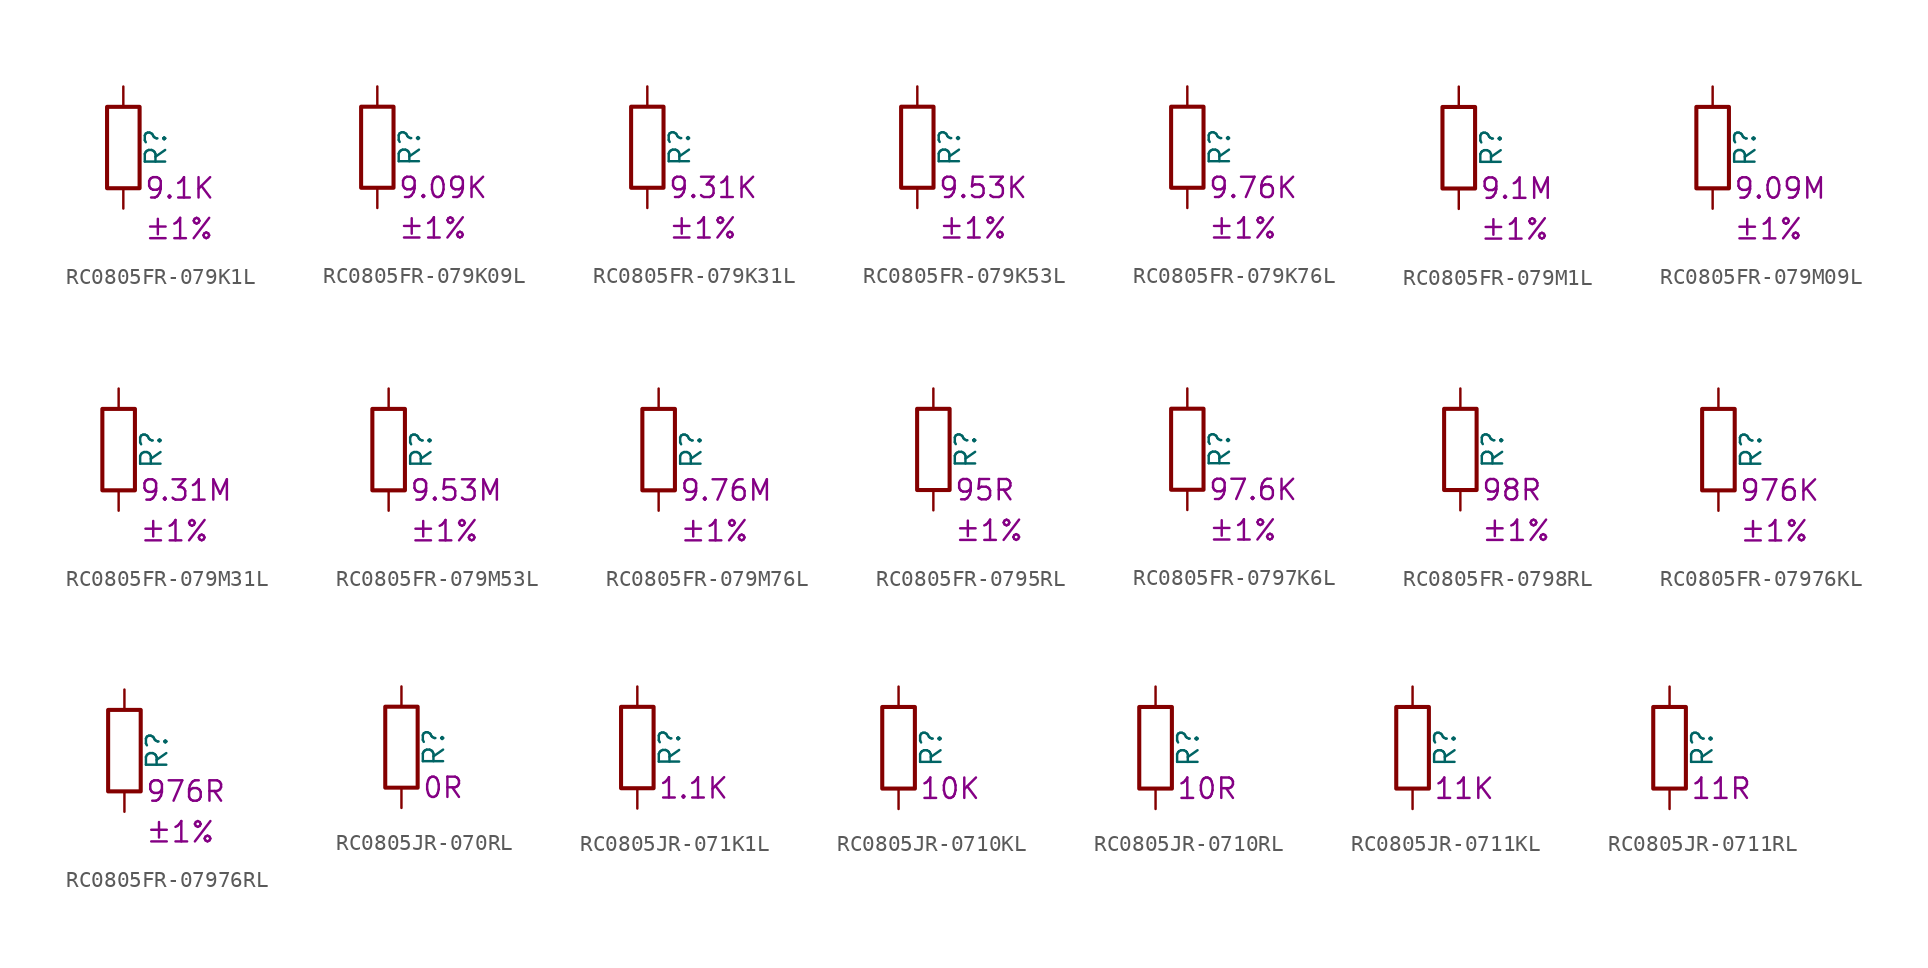
<source format=kicad_sym>
(kicad_symbol_lib
  (version 20220914)
  (generator kicad_symbol_editor)
  (symbol "RC0805FR-079K1L"
    (pin_numbers hide)
    (pin_names
      (offset 0))
    (property "Reference" "R"
      (at 2.032 0 90)
      (effects (font (size 1.27 1.27))))
    (property "Resistance" "9.1K"
      (at 1.27 -2.54 0)
      (effects (font (size 1.27 1.27)) (justify left)))
    (property "Tolerance" "±1%"
      (at 1.27 -5.08 0)
      (effects (font (size 1.27 1.27)) (justify left)))
    (symbol "RC0805FR-079K1L_0_1"
      (rectangle (start -1.016 -2.54) (end 1.016 2.54) (stroke (width 0.254) (type default)) (fill (type none))))
    (symbol "RC0805FR-079K1L_1_1"
      (pin passive line (at 0 3.81 270) (length 1.27) (name "~" (effects (font (size 1.27 1.27)))) (number "1" (effects (font (size 1.27 1.27)))))
      (pin passive line (at 0 -3.81 90) (length 1.27) (name "~" (effects (font (size 1.27 1.27)))) (number "2" (effects (font (size 1.27 1.27)))))))
  (symbol "RC0805FR-079K09L"
    (pin_numbers hide)
    (pin_names
      (offset 0))
    (property "Reference" "R"
      (at 2.032 0 90)
      (effects (font (size 1.27 1.27))))
    (property "Resistance" "9.09K"
      (at 1.27 -2.54 0)
      (effects (font (size 1.27 1.27)) (justify left)))
    (property "Tolerance" "±1%"
      (at 1.27 -5.08 0)
      (effects (font (size 1.27 1.27)) (justify left)))
    (symbol "RC0805FR-079K09L_0_1"
      (rectangle (start -1.016 -2.54) (end 1.016 2.54) (stroke (width 0.254) (type default)) (fill (type none))))
    (symbol "RC0805FR-079K09L_1_1"
      (pin passive line (at 0 3.81 270) (length 1.27) (name "~" (effects (font (size 1.27 1.27)))) (number "1" (effects (font (size 1.27 1.27)))))
      (pin passive line (at 0 -3.81 90) (length 1.27) (name "~" (effects (font (size 1.27 1.27)))) (number "2" (effects (font (size 1.27 1.27)))))))
  (symbol "RC0805FR-079K31L"
    (pin_numbers hide)
    (pin_names
      (offset 0))
    (property "Reference" "R"
      (at 2.032 0 90)
      (effects (font (size 1.27 1.27))))
    (property "Resistance" "9.31K"
      (at 1.27 -2.54 0)
      (effects (font (size 1.27 1.27)) (justify left)))
    (property "Tolerance" "±1%"
      (at 1.27 -5.08 0)
      (effects (font (size 1.27 1.27)) (justify left)))
    (symbol "RC0805FR-079K31L_0_1"
      (rectangle (start -1.016 -2.54) (end 1.016 2.54) (stroke (width 0.254) (type default)) (fill (type none))))
    (symbol "RC0805FR-079K31L_1_1"
      (pin passive line (at 0 3.81 270) (length 1.27) (name "~" (effects (font (size 1.27 1.27)))) (number "1" (effects (font (size 1.27 1.27)))))
      (pin passive line (at 0 -3.81 90) (length 1.27) (name "~" (effects (font (size 1.27 1.27)))) (number "2" (effects (font (size 1.27 1.27)))))))
  (symbol "RC0805FR-079K53L"
    (pin_numbers hide)
    (pin_names
      (offset 0))
    (property "Reference" "R"
      (at 2.032 0 90)
      (effects (font (size 1.27 1.27))))
    (property "Resistance" "9.53K"
      (at 1.27 -2.54 0)
      (effects (font (size 1.27 1.27)) (justify left)))
    (property "Tolerance" "±1%"
      (at 1.27 -5.08 0)
      (effects (font (size 1.27 1.27)) (justify left)))
    (symbol "RC0805FR-079K53L_0_1"
      (rectangle (start -1.016 -2.54) (end 1.016 2.54) (stroke (width 0.254) (type default)) (fill (type none))))
    (symbol "RC0805FR-079K53L_1_1"
      (pin passive line (at 0 3.81 270) (length 1.27) (name "~" (effects (font (size 1.27 1.27)))) (number "1" (effects (font (size 1.27 1.27)))))
      (pin passive line (at 0 -3.81 90) (length 1.27) (name "~" (effects (font (size 1.27 1.27)))) (number "2" (effects (font (size 1.27 1.27)))))))
  (symbol "RC0805FR-079K76L"
    (pin_numbers hide)
    (pin_names
      (offset 0))
    (property "Reference" "R"
      (at 2.032 0 90)
      (effects (font (size 1.27 1.27))))
    (property "Resistance" "9.76K"
      (at 1.27 -2.54 0)
      (effects (font (size 1.27 1.27)) (justify left)))
    (property "Tolerance" "±1%"
      (at 1.27 -5.08 0)
      (effects (font (size 1.27 1.27)) (justify left)))
    (symbol "RC0805FR-079K76L_0_1"
      (rectangle (start -1.016 -2.54) (end 1.016 2.54) (stroke (width 0.254) (type default)) (fill (type none))))
    (symbol "RC0805FR-079K76L_1_1"
      (pin passive line (at 0 3.81 270) (length 1.27) (name "~" (effects (font (size 1.27 1.27)))) (number "1" (effects (font (size 1.27 1.27)))))
      (pin passive line (at 0 -3.81 90) (length 1.27) (name "~" (effects (font (size 1.27 1.27)))) (number "2" (effects (font (size 1.27 1.27)))))))
  (symbol "RC0805FR-079M1L"
    (pin_numbers hide)
    (pin_names
      (offset 0))
    (property "Reference" "R"
      (at 2.032 0 90)
      (effects (font (size 1.27 1.27))))
    (property "Resistance" "9.1M"
      (at 1.27 -2.54 0)
      (effects (font (size 1.27 1.27)) (justify left)))
    (property "Tolerance" "±1%"
      (at 1.27 -5.08 0)
      (effects (font (size 1.27 1.27)) (justify left)))
    (symbol "RC0805FR-079M1L_0_1"
      (rectangle (start -1.016 -2.54) (end 1.016 2.54) (stroke (width 0.254) (type default)) (fill (type none))))
    (symbol "RC0805FR-079M1L_1_1"
      (pin passive line (at 0 3.81 270) (length 1.27) (name "~" (effects (font (size 1.27 1.27)))) (number "1" (effects (font (size 1.27 1.27)))))
      (pin passive line (at 0 -3.81 90) (length 1.27) (name "~" (effects (font (size 1.27 1.27)))) (number "2" (effects (font (size 1.27 1.27)))))))
  (symbol "RC0805FR-079M09L"
    (pin_numbers hide)
    (pin_names
      (offset 0))
    (property "Reference" "R"
      (at 2.032 0 90)
      (effects (font (size 1.27 1.27))))
    (property "Resistance" "9.09M"
      (at 1.27 -2.54 0)
      (effects (font (size 1.27 1.27)) (justify left)))
    (property "Tolerance" "±1%"
      (at 1.27 -5.08 0)
      (effects (font (size 1.27 1.27)) (justify left)))
    (symbol "RC0805FR-079M09L_0_1"
      (rectangle (start -1.016 -2.54) (end 1.016 2.54) (stroke (width 0.254) (type default)) (fill (type none))))
    (symbol "RC0805FR-079M09L_1_1"
      (pin passive line (at 0 3.81 270) (length 1.27) (name "~" (effects (font (size 1.27 1.27)))) (number "1" (effects (font (size 1.27 1.27)))))
      (pin passive line (at 0 -3.81 90) (length 1.27) (name "~" (effects (font (size 1.27 1.27)))) (number "2" (effects (font (size 1.27 1.27)))))))
  (symbol "RC0805FR-079M31L"
    (pin_numbers hide)
    (pin_names
      (offset 0))
    (property "Reference" "R"
      (at 2.032 0 90)
      (effects (font (size 1.27 1.27))))
    (property "Resistance" "9.31M"
      (at 1.27 -2.54 0)
      (effects (font (size 1.27 1.27)) (justify left)))
    (property "Tolerance" "±1%"
      (at 1.27 -5.08 0)
      (effects (font (size 1.27 1.27)) (justify left)))
    (symbol "RC0805FR-079M31L_0_1"
      (rectangle (start -1.016 -2.54) (end 1.016 2.54) (stroke (width 0.254) (type default)) (fill (type none))))
    (symbol "RC0805FR-079M31L_1_1"
      (pin passive line (at 0 3.81 270) (length 1.27) (name "~" (effects (font (size 1.27 1.27)))) (number "1" (effects (font (size 1.27 1.27)))))
      (pin passive line (at 0 -3.81 90) (length 1.27) (name "~" (effects (font (size 1.27 1.27)))) (number "2" (effects (font (size 1.27 1.27)))))))
  (symbol "RC0805FR-079M53L"
    (pin_numbers hide)
    (pin_names
      (offset 0))
    (property "Reference" "R"
      (at 2.032 0 90)
      (effects (font (size 1.27 1.27))))
    (property "Resistance" "9.53M"
      (at 1.27 -2.54 0)
      (effects (font (size 1.27 1.27)) (justify left)))
    (property "Tolerance" "±1%"
      (at 1.27 -5.08 0)
      (effects (font (size 1.27 1.27)) (justify left)))
    (symbol "RC0805FR-079M53L_0_1"
      (rectangle (start -1.016 -2.54) (end 1.016 2.54) (stroke (width 0.254) (type default)) (fill (type none))))
    (symbol "RC0805FR-079M53L_1_1"
      (pin passive line (at 0 3.81 270) (length 1.27) (name "~" (effects (font (size 1.27 1.27)))) (number "1" (effects (font (size 1.27 1.27)))))
      (pin passive line (at 0 -3.81 90) (length 1.27) (name "~" (effects (font (size 1.27 1.27)))) (number "2" (effects (font (size 1.27 1.27)))))))
  (symbol "RC0805FR-079M76L"
    (pin_numbers hide)
    (pin_names
      (offset 0))
    (property "Reference" "R"
      (at 2.032 0 90)
      (effects (font (size 1.27 1.27))))
    (property "Resistance" "9.76M"
      (at 1.27 -2.54 0)
      (effects (font (size 1.27 1.27)) (justify left)))
    (property "Tolerance" "±1%"
      (at 1.27 -5.08 0)
      (effects (font (size 1.27 1.27)) (justify left)))
    (symbol "RC0805FR-079M76L_0_1"
      (rectangle (start -1.016 -2.54) (end 1.016 2.54) (stroke (width 0.254) (type default)) (fill (type none))))
    (symbol "RC0805FR-079M76L_1_1"
      (pin passive line (at 0 3.81 270) (length 1.27) (name "~" (effects (font (size 1.27 1.27)))) (number "1" (effects (font (size 1.27 1.27)))))
      (pin passive line (at 0 -3.81 90) (length 1.27) (name "~" (effects (font (size 1.27 1.27)))) (number "2" (effects (font (size 1.27 1.27)))))))
  (symbol "RC0805FR-0795RL"
    (pin_numbers hide)
    (pin_names
      (offset 0))
    (property "Reference" "R"
      (at 2.032 0 90)
      (effects (font (size 1.27 1.27))))
    (property "Resistance" "95R"
      (at 1.27 -2.54 0)
      (effects (font (size 1.27 1.27)) (justify left)))
    (property "Tolerance" "±1%"
      (at 1.27 -5.08 0)
      (effects (font (size 1.27 1.27)) (justify left)))
    (symbol "RC0805FR-0795RL_0_1"
      (rectangle (start -1.016 -2.54) (end 1.016 2.54) (stroke (width 0.254) (type default)) (fill (type none))))
    (symbol "RC0805FR-0795RL_1_1"
      (pin passive line (at 0 3.81 270) (length 1.27) (name "~" (effects (font (size 1.27 1.27)))) (number "1" (effects (font (size 1.27 1.27)))))
      (pin passive line (at 0 -3.81 90) (length 1.27) (name "~" (effects (font (size 1.27 1.27)))) (number "2" (effects (font (size 1.27 1.27)))))))
  (symbol "RC0805FR-0797K6L"
    (pin_numbers hide)
    (pin_names
      (offset 0))
    (property "Reference" "R"
      (at 2.032 0 90)
      (effects (font (size 1.27 1.27))))
    (property "Resistance" "97.6K"
      (at 1.27 -2.54 0)
      (effects (font (size 1.27 1.27)) (justify left)))
    (property "Tolerance" "±1%"
      (at 1.27 -5.08 0)
      (effects (font (size 1.27 1.27)) (justify left)))
    (symbol "RC0805FR-0797K6L_0_1"
      (rectangle (start -1.016 -2.54) (end 1.016 2.54) (stroke (width 0.254) (type default)) (fill (type none))))
    (symbol "RC0805FR-0797K6L_1_1"
      (pin passive line (at 0 3.81 270) (length 1.27) (name "~" (effects (font (size 1.27 1.27)))) (number "1" (effects (font (size 1.27 1.27)))))
      (pin passive line (at 0 -3.81 90) (length 1.27) (name "~" (effects (font (size 1.27 1.27)))) (number "2" (effects (font (size 1.27 1.27)))))))
  (symbol "RC0805FR-0798RL"
    (pin_numbers hide)
    (pin_names
      (offset 0))
    (property "Reference" "R"
      (at 2.032 0 90)
      (effects (font (size 1.27 1.27))))
    (property "Resistance" "98R"
      (at 1.27 -2.54 0)
      (effects (font (size 1.27 1.27)) (justify left)))
    (property "Tolerance" "±1%"
      (at 1.27 -5.08 0)
      (effects (font (size 1.27 1.27)) (justify left)))
    (symbol "RC0805FR-0798RL_0_1"
      (rectangle (start -1.016 -2.54) (end 1.016 2.54) (stroke (width 0.254) (type default)) (fill (type none))))
    (symbol "RC0805FR-0798RL_1_1"
      (pin passive line (at 0 3.81 270) (length 1.27) (name "~" (effects (font (size 1.27 1.27)))) (number "1" (effects (font (size 1.27 1.27)))))
      (pin passive line (at 0 -3.81 90) (length 1.27) (name "~" (effects (font (size 1.27 1.27)))) (number "2" (effects (font (size 1.27 1.27)))))))
  (symbol "RC0805FR-07976KL"
    (pin_numbers hide)
    (pin_names
      (offset 0))
    (property "Reference" "R"
      (at 2.032 0 90)
      (effects (font (size 1.27 1.27))))
    (property "Resistance" "976K"
      (at 1.27 -2.54 0)
      (effects (font (size 1.27 1.27)) (justify left)))
    (property "Tolerance" "±1%"
      (at 1.27 -5.08 0)
      (effects (font (size 1.27 1.27)) (justify left)))
    (symbol "RC0805FR-07976KL_0_1"
      (rectangle (start -1.016 -2.54) (end 1.016 2.54) (stroke (width 0.254) (type default)) (fill (type none))))
    (symbol "RC0805FR-07976KL_1_1"
      (pin passive line (at 0 3.81 270) (length 1.27) (name "~" (effects (font (size 1.27 1.27)))) (number "1" (effects (font (size 1.27 1.27)))))
      (pin passive line (at 0 -3.81 90) (length 1.27) (name "~" (effects (font (size 1.27 1.27)))) (number "2" (effects (font (size 1.27 1.27)))))))
  (symbol "RC0805FR-07976RL"
    (pin_numbers hide)
    (pin_names
      (offset 0))
    (property "Reference" "R"
      (at 2.032 0 90)
      (effects (font (size 1.27 1.27))))
    (property "Resistance" "976R"
      (at 1.27 -2.54 0)
      (effects (font (size 1.27 1.27)) (justify left)))
    (property "Tolerance" "±1%"
      (at 1.27 -5.08 0)
      (effects (font (size 1.27 1.27)) (justify left)))
    (symbol "RC0805FR-07976RL_0_1"
      (rectangle (start -1.016 -2.54) (end 1.016 2.54) (stroke (width 0.254) (type default)) (fill (type none))))
    (symbol "RC0805FR-07976RL_1_1"
      (pin passive line (at 0 3.81 270) (length 1.27) (name "~" (effects (font (size 1.27 1.27)))) (number "1" (effects (font (size 1.27 1.27)))))
      (pin passive line (at 0 -3.81 90) (length 1.27) (name "~" (effects (font (size 1.27 1.27)))) (number "2" (effects (font (size 1.27 1.27)))))))
  (symbol "RC0805JR-070RL"
    (pin_numbers hide)
    (pin_names
      (offset 0))
    (property "Reference" "R"
      (at 2.032 0 90)
      (effects (font (size 1.27 1.27))))
    (property "Resistance" "0R"
      (at 1.27 -2.54 0)
      (effects (font (size 1.27 1.27)) (justify left)))
    (symbol "RC0805JR-070RL_0_1"
      (rectangle (start -1.016 -2.54) (end 1.016 2.54) (stroke (width 0.254) (type default)) (fill (type none))))
    (symbol "RC0805JR-070RL_1_1"
      (pin passive line (at 0 3.81 270) (length 1.27) (name "~" (effects (font (size 1.27 1.27)))) (number "1" (effects (font (size 1.27 1.27)))))
      (pin passive line (at 0 -3.81 90) (length 1.27) (name "~" (effects (font (size 1.27 1.27)))) (number "2" (effects (font (size 1.27 1.27)))))))
  (symbol "RC0805JR-071K1L"
    (pin_numbers hide)
    (pin_names
      (offset 0))
    (property "Reference" "R"
      (at 2.032 0 90)
      (effects (font (size 1.27 1.27))))
    (property "Resistance" "1.1K"
      (at 1.27 -2.54 0)
      (effects (font (size 1.27 1.27)) (justify left)))
    (symbol "RC0805JR-071K1L_0_1"
      (rectangle (start -1.016 -2.54) (end 1.016 2.54) (stroke (width 0.254) (type default)) (fill (type none))))
    (symbol "RC0805JR-071K1L_1_1"
      (pin passive line (at 0 3.81 270) (length 1.27) (name "~" (effects (font (size 1.27 1.27)))) (number "1" (effects (font (size 1.27 1.27)))))
      (pin passive line (at 0 -3.81 90) (length 1.27) (name "~" (effects (font (size 1.27 1.27)))) (number "2" (effects (font (size 1.27 1.27)))))))
  (symbol "RC0805JR-0710KL"
    (pin_numbers hide)
    (pin_names
      (offset 0))
    (property "Reference" "R"
      (at 2.032 0 90)
      (effects (font (size 1.27 1.27))))
    (property "Resistance" "10K"
      (at 1.27 -2.54 0)
      (effects (font (size 1.27 1.27)) (justify left)))
    (symbol "RC0805JR-0710KL_0_1"
      (rectangle (start -1.016 -2.54) (end 1.016 2.54) (stroke (width 0.254) (type default)) (fill (type none))))
    (symbol "RC0805JR-0710KL_1_1"
      (pin passive line (at 0 3.81 270) (length 1.27) (name "~" (effects (font (size 1.27 1.27)))) (number "1" (effects (font (size 1.27 1.27)))))
      (pin passive line (at 0 -3.81 90) (length 1.27) (name "~" (effects (font (size 1.27 1.27)))) (number "2" (effects (font (size 1.27 1.27)))))))
  (symbol "RC0805JR-0710RL"
    (pin_numbers hide)
    (pin_names
      (offset 0))
    (property "Reference" "R"
      (at 2.032 0 90)
      (effects (font (size 1.27 1.27))))
    (property "Resistance" "10R"
      (at 1.27 -2.54 0)
      (effects (font (size 1.27 1.27)) (justify left)))
    (symbol "RC0805JR-0710RL_0_1"
      (rectangle (start -1.016 -2.54) (end 1.016 2.54) (stroke (width 0.254) (type default)) (fill (type none))))
    (symbol "RC0805JR-0710RL_1_1"
      (pin passive line (at 0 3.81 270) (length 1.27) (name "~" (effects (font (size 1.27 1.27)))) (number "1" (effects (font (size 1.27 1.27)))))
      (pin passive line (at 0 -3.81 90) (length 1.27) (name "~" (effects (font (size 1.27 1.27)))) (number "2" (effects (font (size 1.27 1.27)))))))
  (symbol "RC0805JR-0711KL"
    (pin_numbers hide)
    (pin_names
      (offset 0))
    (property "Reference" "R"
      (at 2.032 0 90)
      (effects (font (size 1.27 1.27))))
    (property "Resistance" "11K"
      (at 1.27 -2.54 0)
      (effects (font (size 1.27 1.27)) (justify left)))
    (symbol "RC0805JR-0711KL_0_1"
      (rectangle (start -1.016 -2.54) (end 1.016 2.54) (stroke (width 0.254) (type default)) (fill (type none))))
    (symbol "RC0805JR-0711KL_1_1"
      (pin passive line (at 0 3.81 270) (length 1.27) (name "~" (effects (font (size 1.27 1.27)))) (number "1" (effects (font (size 1.27 1.27)))))
      (pin passive line (at 0 -3.81 90) (length 1.27) (name "~" (effects (font (size 1.27 1.27)))) (number "2" (effects (font (size 1.27 1.27)))))))
  (symbol "RC0805JR-0711RL"
    (pin_numbers hide)
    (pin_names
      (offset 0))
    (property "Reference" "R"
      (at 2.032 0 90)
      (effects (font (size 1.27 1.27))))
    (property "Resistance" "11R"
      (at 1.27 -2.54 0)
      (effects (font (size 1.27 1.27)) (justify left)))
    (symbol "RC0805JR-0711RL_0_1"
      (rectangle (start -1.016 -2.54) (end 1.016 2.54) (stroke (width 0.254) (type default)) (fill (type none))))
    (symbol "RC0805JR-0711RL_1_1"
      (pin passive line (at 0 3.81 270) (length 1.27) (name "~" (effects (font (size 1.27 1.27)))) (number "1" (effects (font (size 1.27 1.27)))))
      (pin passive line (at 0 -3.81 90) (length 1.27) (name "~" (effects (font (size 1.27 1.27)))) (number "2" (effects (font (size 1.27 1.27))))))))
</source>
